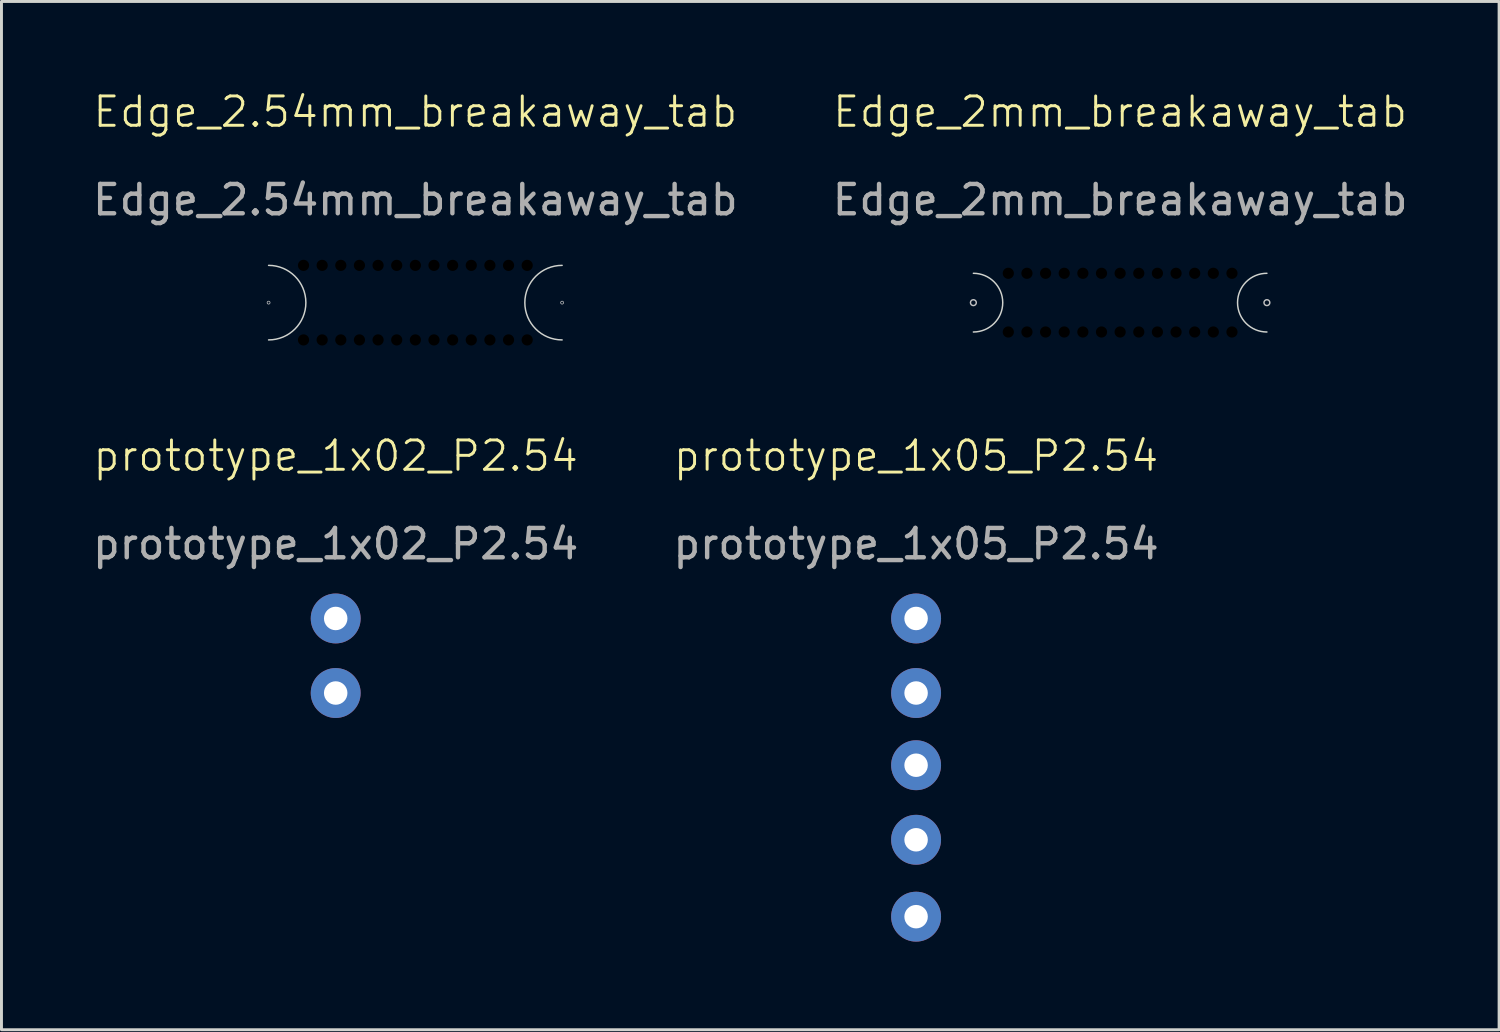
<source format=kicad_pcb>
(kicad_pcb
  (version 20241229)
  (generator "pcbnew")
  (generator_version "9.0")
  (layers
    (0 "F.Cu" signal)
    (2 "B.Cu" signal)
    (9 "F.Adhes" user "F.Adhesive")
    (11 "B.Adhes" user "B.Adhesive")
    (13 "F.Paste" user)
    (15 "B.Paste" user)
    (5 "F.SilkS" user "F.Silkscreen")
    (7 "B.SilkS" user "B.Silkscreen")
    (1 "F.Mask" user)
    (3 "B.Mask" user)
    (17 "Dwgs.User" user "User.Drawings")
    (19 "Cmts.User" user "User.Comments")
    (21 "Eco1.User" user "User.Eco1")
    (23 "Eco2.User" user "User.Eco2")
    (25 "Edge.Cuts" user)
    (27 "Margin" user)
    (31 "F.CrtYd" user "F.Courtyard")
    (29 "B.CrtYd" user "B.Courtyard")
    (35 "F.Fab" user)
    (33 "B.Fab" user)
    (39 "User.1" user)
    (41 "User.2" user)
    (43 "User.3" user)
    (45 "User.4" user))
  (footprint "prototype_1x02_P2.54"
    (layer "F.Cu")
    (at 8.387 18.021)
    (property "Reference" "prototype_1x02_P2.54" (at 0 -5.54 0) (unlocked yes) (layer "F.SilkS") (effects (font (size 1 1) (thickness 0.1))))
    (attr through_hole)
    (fp_text user "${REFERENCE}" (at 0 -2.54 0) (unlocked yes) (layer "F.Fab") (effects (font (size 1 1) (thickness 0.15))))
    (pad "1" thru_hole oval (at 0 0) (size 1.7 1.7) (drill 0.8) (layers "*.Cu" "*.Mask"))
    (pad "2" thru_hole oval (at 0 2.54) (size 1.7 1.7) (drill 0.8) (layers "*.Cu" "*.Mask")))
  (footprint "prototype_1x05_P2.54"
    (layer "F.Cu")
    (at 28.161 18.021)
    (property "Reference" "prototype_1x05_P2.54" (at 0 -5.54 0) (unlocked yes) (layer "F.SilkS") (effects (font (size 1 1) (thickness 0.1))))
    (attr through_hole)
    (fp_text user "${REFERENCE}" (at 0 -2.54 0) (unlocked yes) (layer "F.Fab") (effects (font (size 1 1) (thickness 0.15))))
    (pad "1" thru_hole oval (at 0 0) (size 1.7 1.7) (drill 0.8) (layers "*.Cu" "*.Mask"))
    (pad "2" thru_hole oval (at 0 2.54) (size 1.7 1.7) (drill 0.8) (layers "*.Cu" "*.Mask"))
    (pad "3" thru_hole oval (at 0 5) (size 1.7 1.7) (drill 0.8) (layers "*.Cu" "*.Mask"))
    (pad "4" thru_hole oval (at 0 7.54) (size 1.7 1.7) (drill 0.8) (layers "*.Cu" "*.Mask"))
    (pad "5" thru_hole oval (at 0 10.16) (size 1.7 1.7) (drill 0.8) (layers "*.Cu" "*.Mask")))
  (footprint "Edge_2.54mm_breakaway_tab"
    (layer "F.Cu")
    (at 11.101 7.261)
    (property "Reference" "Edge_2.54mm_breakaway_tab" (at 0 -6.5 0) (unlocked yes) (layer "F.SilkS") (effects (font (size 1 1) (thickness 0.1))))
    (attr through_hole)
    (fp_circle (center -5 0) (end -4.95 0) (stroke (width 0.025) (type default)) (fill no) (layer "Dwgs.User"))
    (fp_circle (center 5 0) (end 5.05 0) (stroke (width 0.025) (type default)) (fill no) (layer "Dwgs.User"))
    (fp_circle (center -5 0) (end -4 0) (stroke (width 0.05) (type solid)) (fill no) (layer "Eco1.User"))
    (fp_circle (center 5 0) (end 6 0) (stroke (width 0.05) (type solid)) (fill no) (layer "Eco1.User"))
    (fp_line (start -3.5 -1) (end 3.75 -1) (stroke (width 0.1) (type default)) (layer "Eco2.User"))
    (fp_line (start -3.5 1) (end 3.75 1) (stroke (width 0.1) (type default)) (layer "Eco2.User"))
    (fp_arc (start -5 -1.27) (mid -3.73 0) (end -5 1.27) (stroke (width 0.05) (type default)) (layer "Edge.Cuts"))
    (fp_arc (start 5 1.27) (mid 3.73 0) (end 5 -1.27) (stroke (width 0.05) (type default)) (layer "Edge.Cuts"))
    (fp_text user "${REFERENCE}" (at 0 -3.5 0) (unlocked yes) (layer "F.Fab") (effects (font (size 1 1) (thickness 0.15))))
    (pad "" np_thru_hole circle (at -3.81 -1.27) (size 0.381 0.381) (drill 0.381) (layers "*.Mask"))
    (pad "" np_thru_hole circle (at -3.81 1.27) (size 0.381 0.381) (drill 0.381) (layers "*.Mask"))
    (pad "" np_thru_hole circle (at -3.175 -1.27) (size 0.381 0.381) (drill 0.381) (layers "*.Mask"))
    (pad "" np_thru_hole circle (at -3.175 1.27) (size 0.381 0.381) (drill 0.381) (layers "*.Mask"))
    (pad "" np_thru_hole circle (at -2.54 -1.27) (size 0.381 0.381) (drill 0.381) (layers "*.Mask"))
    (pad "" np_thru_hole circle (at -2.54 1.27) (size 0.381 0.381) (drill 0.381) (layers "*.Mask"))
    (pad "" np_thru_hole circle (at -1.905 -1.27) (size 0.381 0.381) (drill 0.381) (layers "*.Mask"))
    (pad "" np_thru_hole circle (at -1.905 1.27) (size 0.381 0.381) (drill 0.381) (layers "*.Mask"))
    (pad "" np_thru_hole circle (at -1.27 -1.27) (size 0.381 0.381) (drill 0.381) (layers "*.Mask"))
    (pad "" np_thru_hole circle (at -1.27 1.27) (size 0.381 0.381) (drill 0.381) (layers "*.Mask"))
    (pad "" np_thru_hole circle (at -0.635 -1.27) (size 0.381 0.381) (drill 0.381) (layers "*.Mask"))
    (pad "" np_thru_hole circle (at -0.635 1.27) (size 0.381 0.381) (drill 0.381) (layers "*.Mask"))
    (pad "" np_thru_hole circle (at 0 -1.27) (size 0.381 0.381) (drill 0.381) (layers "*.Mask"))
    (pad "" np_thru_hole circle (at 0 1.27) (size 0.381 0.381) (drill 0.381) (layers "*.Mask"))
    (pad "" np_thru_hole circle (at 0.635 -1.27) (size 0.381 0.381) (drill 0.381) (layers "*.Mask"))
    (pad "" np_thru_hole circle (at 0.635 1.27) (size 0.381 0.381) (drill 0.381) (layers "*.Mask"))
    (pad "" np_thru_hole circle (at 1.27 -1.27) (size 0.381 0.381) (drill 0.381) (layers "*.Mask"))
    (pad "" np_thru_hole circle (at 1.27 1.27) (size 0.381 0.381) (drill 0.381) (layers "*.Mask"))
    (pad "" np_thru_hole circle (at 1.905 -1.27) (size 0.381 0.381) (drill 0.381) (layers "*.Mask"))
    (pad "" np_thru_hole circle (at 1.905 1.27) (size 0.381 0.381) (drill 0.381) (layers "*.Mask"))
    (pad "" np_thru_hole circle (at 2.54 -1.27) (size 0.381 0.381) (drill 0.381) (layers "*.Mask"))
    (pad "" np_thru_hole circle (at 2.54 1.27) (size 0.381 0.381) (drill 0.381) (layers "*.Mask"))
    (pad "" np_thru_hole circle (at 3.175 -1.27) (size 0.381 0.381) (drill 0.381) (layers "*.Mask"))
    (pad "" np_thru_hole circle (at 3.175 1.27) (size 0.381 0.381) (drill 0.381) (layers "*.Mask"))
    (pad "" np_thru_hole circle (at 3.81 -1.27) (size 0.381 0.381) (drill 0.381) (layers "*.Mask"))
    (pad "" np_thru_hole circle (at 3.81 1.27) (size 0.381 0.381) (drill 0.381) (layers "*.Mask")))
  (footprint "Edge_2mm_breakaway_tab"
    (layer "F.Cu")
    (at 35.113 7.261)
    (property "Reference" "Edge_2mm_breakaway_tab" (at 0 -6.5 0) (unlocked yes) (layer "F.SilkS") (effects (font (size 1 1) (thickness 0.1))))
    (attr through_hole)
    (fp_circle (center -5 0) (end -4.9 0) (stroke (width 0.05) (type default)) (fill no) (layer "Dwgs.User"))
    (fp_circle (center 5 0) (end 5.1 0) (stroke (width 0.05) (type default)) (fill no) (layer "Dwgs.User"))
    (fp_circle (center -5 0) (end -4 0) (stroke (width 0.05) (type solid)) (fill no) (layer "Eco1.User"))
    (fp_circle (center 5 0) (end 6 0) (stroke (width 0.05) (type solid)) (fill no) (layer "Eco1.User"))
    (fp_line (start -3.5 -1) (end 3.75 -1) (stroke (width 0.1) (type default)) (layer "Eco2.User"))
    (fp_line (start -3.5 1) (end 3.75 1) (stroke (width 0.1) (type default)) (layer "Eco2.User"))
    (fp_arc (start -5 -1) (mid -4 0) (end -5 1) (stroke (width 0.05) (type default)) (layer "Edge.Cuts"))
    (fp_arc (start 5 1) (mid 4 0) (end 5 -1) (stroke (width 0.05) (type default)) (layer "Edge.Cuts"))
    (fp_text user "${REFERENCE}" (at 0 -3.5 0) (unlocked yes) (layer "F.Fab") (effects (font (size 1 1) (thickness 0.15))))
    (pad "" np_thru_hole circle (at -3.81 -1) (size 0.381 0.381) (drill 0.381) (layers "*.Mask"))
    (pad "" np_thru_hole circle (at -3.81 1) (size 0.381 0.381) (drill 0.381) (layers "*.Mask"))
    (pad "" np_thru_hole circle (at -3.175 -1) (size 0.381 0.381) (drill 0.381) (layers "*.Mask"))
    (pad "" np_thru_hole circle (at -3.175 1) (size 0.381 0.381) (drill 0.381) (layers "*.Mask"))
    (pad "" np_thru_hole circle (at -2.54 -1) (size 0.381 0.381) (drill 0.381) (layers "*.Mask"))
    (pad "" np_thru_hole circle (at -2.54 1) (size 0.381 0.381) (drill 0.381) (layers "*.Mask"))
    (pad "" np_thru_hole circle (at -1.905 -1) (size 0.381 0.381) (drill 0.381) (layers "*.Mask"))
    (pad "" np_thru_hole circle (at -1.905 1) (size 0.381 0.381) (drill 0.381) (layers "*.Mask"))
    (pad "" np_thru_hole circle (at -1.27 -1) (size 0.381 0.381) (drill 0.381) (layers "*.Mask"))
    (pad "" np_thru_hole circle (at -1.27 1) (size 0.381 0.381) (drill 0.381) (layers "*.Mask"))
    (pad "" np_thru_hole circle (at -0.635 -1) (size 0.381 0.381) (drill 0.381) (layers "*.Mask"))
    (pad "" np_thru_hole circle (at -0.635 1) (size 0.381 0.381) (drill 0.381) (layers "*.Mask"))
    (pad "" np_thru_hole circle (at 0 -1) (size 0.381 0.381) (drill 0.381) (layers "*.Mask"))
    (pad "" np_thru_hole circle (at 0 1) (size 0.381 0.381) (drill 0.381) (layers "*.Mask"))
    (pad "" np_thru_hole circle (at 0.635 -1) (size 0.381 0.381) (drill 0.381) (layers "*.Mask"))
    (pad "" np_thru_hole circle (at 0.635 1) (size 0.381 0.381) (drill 0.381) (layers "*.Mask"))
    (pad "" np_thru_hole circle (at 1.27 -1) (size 0.381 0.381) (drill 0.381) (layers "*.Mask"))
    (pad "" np_thru_hole circle (at 1.27 1) (size 0.381 0.381) (drill 0.381) (layers "*.Mask"))
    (pad "" np_thru_hole circle (at 1.905 -1) (size 0.381 0.381) (drill 0.381) (layers "*.Mask"))
    (pad "" np_thru_hole circle (at 1.905 1) (size 0.381 0.381) (drill 0.381) (layers "*.Mask"))
    (pad "" np_thru_hole circle (at 2.54 -1) (size 0.381 0.381) (drill 0.381) (layers "*.Mask"))
    (pad "" np_thru_hole circle (at 2.54 1) (size 0.381 0.381) (drill 0.381) (layers "*.Mask"))
    (pad "" np_thru_hole circle (at 3.175 -1) (size 0.381 0.381) (drill 0.381) (layers "*.Mask"))
    (pad "" np_thru_hole circle (at 3.175 1) (size 0.381 0.381) (drill 0.381) (layers "*.Mask"))
    (pad "" np_thru_hole circle (at 3.81 -1) (size 0.381 0.381) (drill 0.381) (layers "*.Mask"))
    (pad "" np_thru_hole circle (at 3.81 1) (size 0.381 0.381) (drill 0.381) (layers "*.Mask")))
  (gr_rect
    (start -3 -3)
    (end 48.024 32.032)
    (stroke (width 0.1) (type default))
    (fill no)
    (layer "Edge.Cuts")))
</source>
